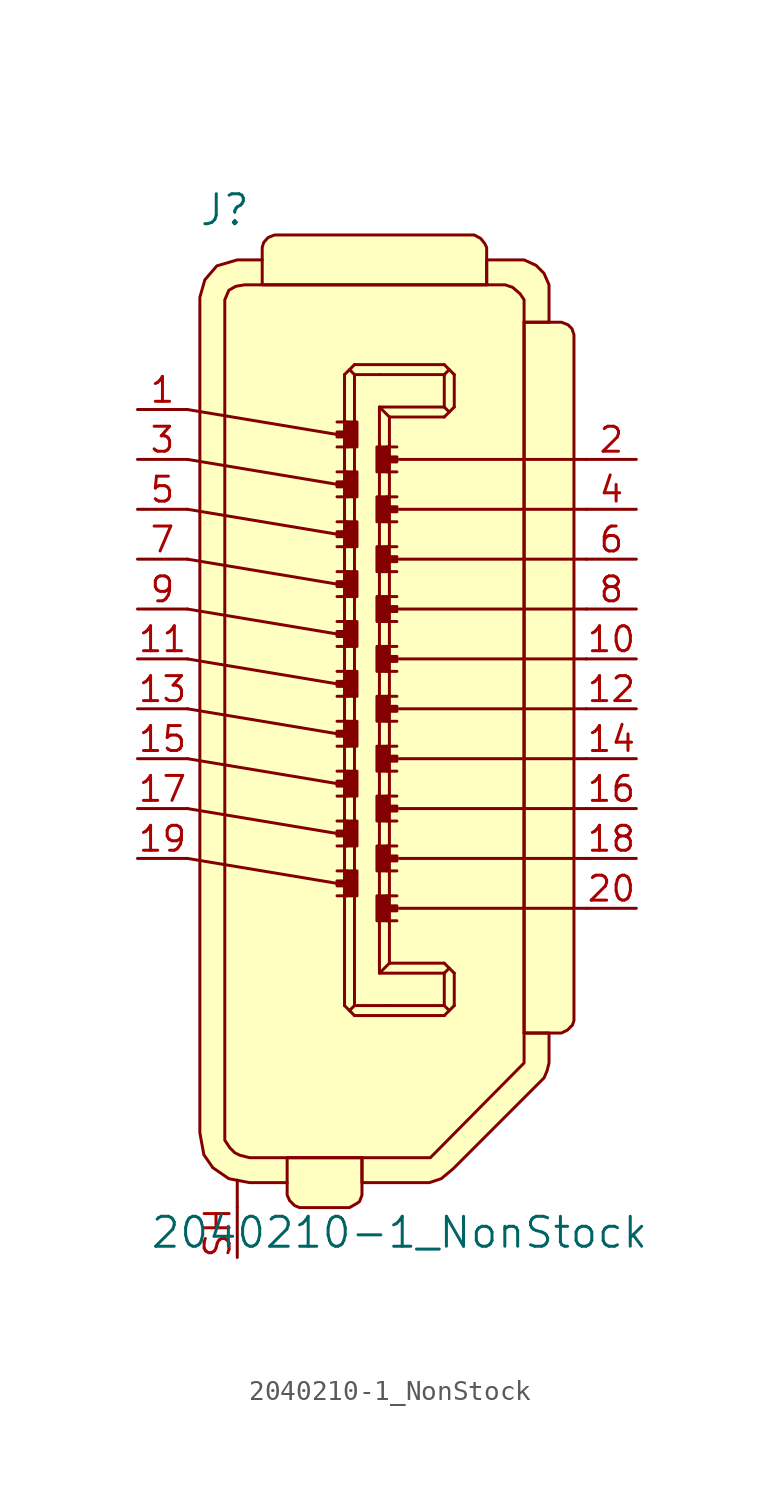
<source format=kicad_sym>
(kicad_symbol_lib
  (version 20231120)
  (generator "kicad_symbol_editor")
  (generator_version "8.0")
  (symbol "2040210-1_NonStock"
    (pin_names
      (offset 1.016))
    (property "Reference" "J"
      (at -8.255 20.32 0)
      (effects (font (size 1.524 1.524))))
    (property "Value" "2040210-1_NonStock"
      (at 0.635 -31.75 0)
      (effects (font (size 1.524 1.524))))
    (symbol "2040210-1_NonStock_0_1"
      (polyline (pts (xy -10.16 -12.7) (xy -2.54 -13.97)) (stroke (width 0) (type solid)) (fill (type none)))
      (polyline (pts (xy -10.16 -10.16) (xy -2.54 -11.43)) (stroke (width 0) (type solid)) (fill (type none)))
      (polyline (pts (xy -10.16 -7.62) (xy -2.54 -8.89)) (stroke (width 0) (type solid)) (fill (type none)))
      (polyline (pts (xy -10.16 -5.08) (xy -2.54 -6.35)) (stroke (width 0) (type solid)) (fill (type none)))
      (polyline (pts (xy -10.16 -2.54) (xy -2.54 -3.81)) (stroke (width 0) (type solid)) (fill (type none)))
      (polyline (pts (xy -10.16 0) (xy -2.54 -1.27)) (stroke (width 0) (type solid)) (fill (type none)))
      (polyline (pts (xy -10.16 2.54) (xy -2.54 1.27)) (stroke (width 0) (type solid)) (fill (type none)))
      (polyline (pts (xy -10.16 5.08) (xy -2.54 3.81)) (stroke (width 0) (type solid)) (fill (type none)))
      (polyline (pts (xy -10.16 7.62) (xy -2.54 6.35)) (stroke (width 0) (type solid)) (fill (type none)))
      (polyline (pts (xy -10.16 10.16) (xy -2.54 8.89)) (stroke (width 0) (type solid)) (fill (type none)))
      (polyline (pts (xy -7.62 -30.48) (xy -7.62 -29.083)) (stroke (width 0) (type solid)) (fill (type none)))
      (polyline (pts (xy -2.159 -20.193) (xy -1.651 -20.701)) (stroke (width 0) (type solid)) (fill (type none)))
      (polyline (pts (xy -2.159 -17.907) (xy -2.159 -20.193)) (stroke (width 0) (type solid)) (fill (type none)))
      (polyline (pts (xy -2.159 9.652) (xy -2.159 -17.907)) (stroke (width 0) (type solid)) (fill (type none)))
      (polyline (pts (xy -2.159 9.652) (xy -2.159 11.938)) (stroke (width 0) (type solid)) (fill (type none)))
      (polyline (pts (xy -2.159 11.938) (xy -1.651 12.446)) (stroke (width 0) (type solid)) (fill (type none)))
      (polyline (pts (xy -2.032 -14.605) (xy -2.54 -14.605)) (stroke (width 0) (type solid)) (fill (type none)))
      (polyline (pts (xy -2.032 -13.335) (xy -2.54 -13.335)) (stroke (width 0) (type solid)) (fill (type none)))
      (polyline (pts (xy -2.032 -12.065) (xy -2.54 -12.065)) (stroke (width 0) (type solid)) (fill (type none)))
      (polyline (pts (xy -2.032 -10.795) (xy -2.54 -10.795)) (stroke (width 0) (type solid)) (fill (type none)))
      (polyline (pts (xy -2.032 -9.525) (xy -2.54 -9.525)) (stroke (width 0) (type solid)) (fill (type none)))
      (polyline (pts (xy -2.032 -8.255) (xy -2.54 -8.255)) (stroke (width 0) (type solid)) (fill (type none)))
      (polyline (pts (xy -2.032 -6.985) (xy -2.54 -6.985)) (stroke (width 0) (type solid)) (fill (type none)))
      (polyline (pts (xy -2.032 -5.715) (xy -2.54 -5.715)) (stroke (width 0) (type solid)) (fill (type none)))
      (polyline (pts (xy -2.032 -4.445) (xy -2.54 -4.445)) (stroke (width 0) (type solid)) (fill (type none)))
      (polyline (pts (xy -2.032 -3.175) (xy -2.54 -3.175)) (stroke (width 0) (type solid)) (fill (type none)))
      (polyline (pts (xy -2.032 -1.905) (xy -2.54 -1.905)) (stroke (width 0) (type solid)) (fill (type none)))
      (polyline (pts (xy -2.032 -0.635) (xy -2.54 -0.635)) (stroke (width 0) (type solid)) (fill (type none)))
      (polyline (pts (xy -2.032 0.635) (xy -2.54 0.635)) (stroke (width 0) (type solid)) (fill (type none)))
      (polyline (pts (xy -2.032 1.905) (xy -2.54 1.905)) (stroke (width 0) (type solid)) (fill (type none)))
      (polyline (pts (xy -2.032 3.175) (xy -2.54 3.175)) (stroke (width 0) (type solid)) (fill (type none)))
      (polyline (pts (xy -2.032 4.445) (xy -2.54 4.445)) (stroke (width 0) (type solid)) (fill (type none)))
      (polyline (pts (xy -2.032 5.715) (xy -2.54 5.715)) (stroke (width 0) (type solid)) (fill (type none)))
      (polyline (pts (xy -2.032 6.985) (xy -2.54 6.985)) (stroke (width 0) (type solid)) (fill (type none)))
      (polyline (pts (xy -2.032 8.255) (xy -2.54 8.255)) (stroke (width 0) (type solid)) (fill (type none)))
      (polyline (pts (xy -2.032 9.525) (xy -2.54 9.525)) (stroke (width 0) (type solid)) (fill (type none)))
      (polyline (pts (xy -1.651 -20.193) (xy -1.905 -20.447)) (stroke (width 0) (type solid)) (fill (type none)))
      (polyline (pts (xy -1.651 -17.907) (xy -1.651 -19.558)) (stroke (width 0) (type solid)) (fill (type none)))
      (polyline (pts (xy -1.651 9.652) (xy -1.651 -17.907)) (stroke (width 0) (type solid)) (fill (type none)))
      (polyline (pts (xy -1.651 9.652) (xy -1.651 11.303)) (stroke (width 0) (type solid)) (fill (type none)))
      (polyline (pts (xy -1.651 11.938) (xy -1.905 12.192)) (stroke (width 0) (type solid)) (fill (type none)))
      (polyline (pts (xy -0.381 -18.542) (xy 2.921 -18.542)) (stroke (width 0) (type solid)) (fill (type none)))
      (polyline (pts (xy -0.381 8.382) (xy -0.381 -16.637)) (stroke (width 0) (type solid)) (fill (type none)))
      (polyline (pts (xy -0.381 10.287) (xy 2.921 10.287)) (stroke (width 0) (type solid)) (fill (type none)))
      (polyline (pts (xy -0.381 11.938) (xy 2.921 11.938)) (stroke (width 0) (type solid)) (fill (type none)))
      (polyline (pts (xy 0 -15.875) (xy 0.508 -15.875)) (stroke (width 0) (type solid)) (fill (type none)))
      (polyline (pts (xy 0 -14.605) (xy 0.508 -14.605)) (stroke (width 0) (type solid)) (fill (type none)))
      (polyline (pts (xy 0 -13.335) (xy 0.508 -13.335)) (stroke (width 0) (type solid)) (fill (type none)))
      (polyline (pts (xy 0 -12.065) (xy 0.508 -12.065)) (stroke (width 0) (type solid)) (fill (type none)))
      (polyline (pts (xy 0 -10.795) (xy 0.508 -10.795)) (stroke (width 0) (type solid)) (fill (type none)))
      (polyline (pts (xy 0 -9.525) (xy 0.508 -9.525)) (stroke (width 0) (type solid)) (fill (type none)))
      (polyline (pts (xy 0 -8.255) (xy 0.508 -8.255)) (stroke (width 0) (type solid)) (fill (type none)))
      (polyline (pts (xy 0 -6.985) (xy 0.508 -6.985)) (stroke (width 0) (type solid)) (fill (type none)))
      (polyline (pts (xy 0 -5.715) (xy 0.508 -5.715)) (stroke (width 0) (type solid)) (fill (type none)))
      (polyline (pts (xy 0 -4.445) (xy 0.508 -4.445)) (stroke (width 0) (type solid)) (fill (type none)))
      (polyline (pts (xy 0 -3.175) (xy 0.508 -3.175)) (stroke (width 0) (type solid)) (fill (type none)))
      (polyline (pts (xy 0 -1.905) (xy 0.508 -1.905)) (stroke (width 0) (type solid)) (fill (type none)))
      (polyline (pts (xy 0 -0.635) (xy 0.508 -0.635)) (stroke (width 0) (type solid)) (fill (type none)))
      (polyline (pts (xy 0 0.635) (xy 0.508 0.635)) (stroke (width 0) (type solid)) (fill (type none)))
      (polyline (pts (xy 0 1.905) (xy 0.508 1.905)) (stroke (width 0) (type solid)) (fill (type none)))
      (polyline (pts (xy 0 3.175) (xy 0.508 3.175)) (stroke (width 0) (type solid)) (fill (type none)))
      (polyline (pts (xy 0 4.445) (xy 0.508 4.445)) (stroke (width 0) (type solid)) (fill (type none)))
      (polyline (pts (xy 0 5.715) (xy 0.508 5.715)) (stroke (width 0) (type solid)) (fill (type none)))
      (polyline (pts (xy 0 6.985) (xy 0.508 6.985)) (stroke (width 0) (type solid)) (fill (type none)))
      (polyline (pts (xy 0 8.255) (xy 0.508 8.255)) (stroke (width 0) (type solid)) (fill (type none)))
      (polyline (pts (xy 0.127 -20.193) (xy 2.921 -20.193)) (stroke (width 0) (type solid)) (fill (type none)))
      (polyline (pts (xy 0.127 -18.034) (xy 2.921 -18.034)) (stroke (width 0) (type solid)) (fill (type none)))
      (polyline (pts (xy 0.127 -16.637) (xy 0.127 -18.034)) (stroke (width 0) (type solid)) (fill (type none)))
      (polyline (pts (xy 0.127 8.382) (xy 0.127 -16.637)) (stroke (width 0) (type solid)) (fill (type none)))
      (polyline (pts (xy 0.127 8.382) (xy 0.127 9.779)) (stroke (width 0) (type solid)) (fill (type none)))
      (polyline (pts (xy 0.127 9.779) (xy 2.921 9.779)) (stroke (width 0) (type solid)) (fill (type none)))
      (polyline (pts (xy 2.921 -20.701) (xy -1.651 -20.701)) (stroke (width 0) (type solid)) (fill (type none)))
      (polyline (pts (xy 2.921 -20.701) (xy 3.429 -20.193)) (stroke (width 0) (type solid)) (fill (type none)))
      (polyline (pts (xy 2.921 -20.193) (xy 3.175 -20.447)) (stroke (width 0) (type solid)) (fill (type none)))
      (polyline (pts (xy 2.921 -18.542) (xy 2.921 -20.193)) (stroke (width 0) (type solid)) (fill (type none)))
      (polyline (pts (xy 2.921 -18.542) (xy 3.175 -18.288)) (stroke (width 0) (type solid)) (fill (type none)))
      (polyline (pts (xy 2.921 -18.034) (xy 3.429 -18.542)) (stroke (width 0) (type solid)) (fill (type none)))
      (polyline (pts (xy 2.921 9.779) (xy 3.429 10.287)) (stroke (width 0) (type solid)) (fill (type none)))
      (polyline (pts (xy 2.921 10.287) (xy 2.921 11.938)) (stroke (width 0) (type solid)) (fill (type none)))
      (polyline (pts (xy 2.921 10.287) (xy 3.175 10.033)) (stroke (width 0) (type solid)) (fill (type none)))
      (polyline (pts (xy 2.921 11.938) (xy 3.175 12.192)) (stroke (width 0) (type solid)) (fill (type none)))
      (polyline (pts (xy 2.921 12.446) (xy -1.651 12.446)) (stroke (width 0) (type solid)) (fill (type none)))
      (polyline (pts (xy 2.921 12.446) (xy 3.429 11.938)) (stroke (width 0) (type solid)) (fill (type none)))
      (polyline (pts (xy 3.429 -20.193) (xy 3.429 -18.542)) (stroke (width 0) (type solid)) (fill (type none)))
      (polyline (pts (xy 3.429 11.938) (xy 3.429 10.287)) (stroke (width 0) (type solid)) (fill (type none)))
      (polyline (pts (xy 10.16 -15.24) (xy 0.635 -15.24)) (stroke (width 0) (type solid)) (fill (type none)))
      (polyline (pts (xy 10.16 -12.7) (xy 0.635 -12.7)) (stroke (width 0) (type solid)) (fill (type none)))
      (polyline (pts (xy 10.16 -10.16) (xy 0.635 -10.16)) (stroke (width 0) (type solid)) (fill (type none)))
      (polyline (pts (xy 10.16 -7.62) (xy 0.635 -7.62)) (stroke (width 0) (type solid)) (fill (type none)))
      (polyline (pts (xy 10.16 -5.08) (xy 0.635 -5.08)) (stroke (width 0) (type solid)) (fill (type none)))
      (polyline (pts (xy 10.16 -2.54) (xy 0.635 -2.54)) (stroke (width 0) (type solid)) (fill (type none)))
      (polyline (pts (xy 10.16 0) (xy 0.635 0)) (stroke (width 0) (type solid)) (fill (type none)))
      (polyline (pts (xy 10.16 2.54) (xy 0.635 2.54)) (stroke (width 0) (type solid)) (fill (type none)))
      (polyline (pts (xy 10.16 5.08) (xy 0.635 5.08)) (stroke (width 0) (type solid)) (fill (type none)))
      (polyline (pts (xy 10.16 7.62) (xy 0.635 7.62)) (stroke (width 0) (type solid)) (fill (type none)))
      (polyline (pts (xy -1.651 -19.558) (xy -1.651 -20.193) (xy 0.127 -20.193)) (stroke (width 0) (type solid)) (fill (type none)))
      (polyline (pts (xy -1.651 11.303) (xy -1.651 11.938) (xy -0.381 11.938)) (stroke (width 0) (type solid)) (fill (type none)))
      (polyline (pts (xy -0.381 -16.637) (xy -0.381 -18.542) (xy 0.127 -18.034)) (stroke (width 0) (type solid)) (fill (type none)))
      (polyline (pts (xy -0.381 8.382) (xy -0.381 10.287) (xy 0.127 9.779)) (stroke (width 0) (type solid)) (fill (type none)))
      (polyline (pts (xy -2.032 -14.605) (xy -2.032 -13.335) (xy -1.524 -13.335) (xy -1.524 -14.605) (xy -2.032 -14.605)) (stroke (width 0) (type solid)) (fill (type outline)))
      (polyline (pts (xy -2.032 -14.097) (xy -2.54 -14.097) (xy -2.54 -13.843) (xy -2.032 -13.843) (xy -2.032 -14.097)) (stroke (width 0) (type solid)) (fill (type outline)))
      (polyline (pts (xy -2.032 -12.065) (xy -2.032 -10.795) (xy -1.524 -10.795) (xy -1.524 -12.065) (xy -2.032 -12.065)) (stroke (width 0) (type solid)) (fill (type outline)))
      (polyline (pts (xy -2.032 -11.557) (xy -2.54 -11.557) (xy -2.54 -11.303) (xy -2.032 -11.303) (xy -2.032 -11.557)) (stroke (width 0) (type solid)) (fill (type outline)))
      (polyline (pts (xy -2.032 -9.525) (xy -2.032 -8.255) (xy -1.524 -8.255) (xy -1.524 -9.525) (xy -2.032 -9.525)) (stroke (width 0) (type solid)) (fill (type outline)))
      (polyline (pts (xy -2.032 -9.017) (xy -2.54 -9.017) (xy -2.54 -8.763) (xy -2.032 -8.763) (xy -2.032 -9.017)) (stroke (width 0) (type solid)) (fill (type outline)))
      (polyline (pts (xy -2.032 -6.985) (xy -2.032 -5.715) (xy -1.524 -5.715) (xy -1.524 -6.985) (xy -2.032 -6.985)) (stroke (width 0) (type solid)) (fill (type outline)))
      (polyline (pts (xy -2.032 -6.477) (xy -2.54 -6.477) (xy -2.54 -6.223) (xy -2.032 -6.223) (xy -2.032 -6.477)) (stroke (width 0) (type solid)) (fill (type outline)))
      (polyline (pts (xy -2.032 -4.445) (xy -2.032 -3.175) (xy -1.524 -3.175) (xy -1.524 -4.445) (xy -2.032 -4.445)) (stroke (width 0) (type solid)) (fill (type outline)))
      (polyline (pts (xy -2.032 -3.937) (xy -2.54 -3.937) (xy -2.54 -3.683) (xy -2.032 -3.683) (xy -2.032 -3.937)) (stroke (width 0) (type solid)) (fill (type outline)))
      (polyline (pts (xy -2.032 -1.905) (xy -2.032 -0.635) (xy -1.524 -0.635) (xy -1.524 -1.905) (xy -2.032 -1.905)) (stroke (width 0) (type solid)) (fill (type outline)))
      (polyline (pts (xy -2.032 -1.397) (xy -2.54 -1.397) (xy -2.54 -1.143) (xy -2.032 -1.143) (xy -2.032 -1.397)) (stroke (width 0) (type solid)) (fill (type outline)))
      (polyline (pts (xy -2.032 0.635) (xy -2.032 1.905) (xy -1.524 1.905) (xy -1.524 0.635) (xy -2.032 0.635)) (stroke (width 0) (type solid)) (fill (type outline)))
      (polyline (pts (xy -2.032 1.143) (xy -2.54 1.143) (xy -2.54 1.397) (xy -2.032 1.397) (xy -2.032 1.143)) (stroke (width 0) (type solid)) (fill (type outline)))
      (polyline (pts (xy -2.032 3.175) (xy -2.032 4.445) (xy -1.524 4.445) (xy -1.524 3.175) (xy -2.032 3.175)) (stroke (width 0) (type solid)) (fill (type outline)))
      (polyline (pts (xy -2.032 3.683) (xy -2.54 3.683) (xy -2.54 3.937) (xy -2.032 3.937) (xy -2.032 3.683)) (stroke (width 0) (type solid)) (fill (type outline)))
      (polyline (pts (xy -2.032 5.715) (xy -2.032 6.985) (xy -1.524 6.985) (xy -1.524 5.715) (xy -2.032 5.715)) (stroke (width 0) (type solid)) (fill (type outline)))
      (polyline (pts (xy -2.032 6.223) (xy -2.54 6.223) (xy -2.54 6.477) (xy -2.032 6.477) (xy -2.032 6.223)) (stroke (width 0) (type solid)) (fill (type outline)))
      (polyline (pts (xy -2.032 8.255) (xy -2.032 9.525) (xy -1.524 9.525) (xy -1.524 8.255) (xy -2.032 8.255)) (stroke (width 0) (type solid)) (fill (type outline)))
      (polyline (pts (xy -2.032 8.763) (xy -2.54 8.763) (xy -2.54 9.017) (xy -2.032 9.017) (xy -2.032 8.763)) (stroke (width 0) (type solid)) (fill (type outline)))
      (polyline (pts (xy 0 -15.113) (xy 0.508 -15.113) (xy 0.508 -15.367) (xy 0 -15.367) (xy 0 -15.113)) (stroke (width 0) (type solid)) (fill (type outline)))
      (polyline (pts (xy 0 -14.605) (xy 0 -15.875) (xy -0.508 -15.875) (xy -0.508 -14.605) (xy 0 -14.605)) (stroke (width 0) (type solid)) (fill (type outline)))
      (polyline (pts (xy 0 -12.573) (xy 0.508 -12.573) (xy 0.508 -12.827) (xy 0 -12.827) (xy 0 -12.573)) (stroke (width 0) (type solid)) (fill (type outline)))
      (polyline (pts (xy 0 -12.065) (xy 0 -13.335) (xy -0.508 -13.335) (xy -0.508 -12.065) (xy 0 -12.065)) (stroke (width 0) (type solid)) (fill (type outline)))
      (polyline (pts (xy 0 -10.033) (xy 0.508 -10.033) (xy 0.508 -10.287) (xy 0 -10.287) (xy 0 -10.033)) (stroke (width 0) (type solid)) (fill (type outline)))
      (polyline (pts (xy 0 -9.525) (xy 0 -10.795) (xy -0.508 -10.795) (xy -0.508 -9.525) (xy 0 -9.525)) (stroke (width 0) (type solid)) (fill (type outline)))
      (polyline (pts (xy 0 -7.493) (xy 0.508 -7.493) (xy 0.508 -7.747) (xy 0 -7.747) (xy 0 -7.493)) (stroke (width 0) (type solid)) (fill (type outline)))
      (polyline (pts (xy 0 -6.985) (xy 0 -8.255) (xy -0.508 -8.255) (xy -0.508 -6.985) (xy 0 -6.985)) (stroke (width 0) (type solid)) (fill (type outline)))
      (polyline (pts (xy 0 -4.953) (xy 0.508 -4.953) (xy 0.508 -5.207) (xy 0 -5.207) (xy 0 -4.953)) (stroke (width 0) (type solid)) (fill (type outline)))
      (polyline (pts (xy 0 -4.445) (xy 0 -5.715) (xy -0.508 -5.715) (xy -0.508 -4.445) (xy 0 -4.445)) (stroke (width 0) (type solid)) (fill (type outline)))
      (polyline (pts (xy 0 -2.413) (xy 0.508 -2.413) (xy 0.508 -2.667) (xy 0 -2.667) (xy 0 -2.413)) (stroke (width 0) (type solid)) (fill (type outline)))
      (polyline (pts (xy 0 -1.905) (xy 0 -3.175) (xy -0.508 -3.175) (xy -0.508 -1.905) (xy 0 -1.905)) (stroke (width 0) (type solid)) (fill (type outline)))
      (polyline (pts (xy 0 0.127) (xy 0.508 0.127) (xy 0.508 -0.127) (xy 0 -0.127) (xy 0 0.127)) (stroke (width 0) (type solid)) (fill (type outline)))
      (polyline (pts (xy 0 0.635) (xy 0 -0.635) (xy -0.508 -0.635) (xy -0.508 0.635) (xy 0 0.635)) (stroke (width 0) (type solid)) (fill (type outline)))
      (polyline (pts (xy 0 2.667) (xy 0.508 2.667) (xy 0.508 2.413) (xy 0 2.413) (xy 0 2.667)) (stroke (width 0) (type solid)) (fill (type outline)))
      (polyline (pts (xy 0 3.175) (xy 0 1.905) (xy -0.508 1.905) (xy -0.508 3.175) (xy 0 3.175)) (stroke (width 0) (type solid)) (fill (type outline)))
      (polyline (pts (xy 0 5.207) (xy 0.508 5.207) (xy 0.508 4.953) (xy 0 4.953) (xy 0 5.207)) (stroke (width 0) (type solid)) (fill (type outline)))
      (polyline (pts (xy 0 5.715) (xy 0 4.445) (xy -0.508 4.445) (xy -0.508 5.715) (xy 0 5.715)) (stroke (width 0) (type solid)) (fill (type outline)))
      (polyline (pts (xy 0 7.747) (xy 0.508 7.747) (xy 0.508 7.493) (xy 0 7.493) (xy 0 7.747)) (stroke (width 0) (type solid)) (fill (type outline)))
      (polyline (pts (xy 0 8.255) (xy 0 6.985) (xy -0.508 6.985) (xy -0.508 8.255) (xy 0 8.255)) (stroke (width 0) (type solid)) (fill (type outline)))
      (polyline (pts (xy 6.985 14.605) (xy 8.255 14.605) (xy 8.255 16.51) (xy 8.001 17.094) (xy 7.595 17.501) (xy 6.985 17.78) (xy 5.08 17.78) (xy 5.08 16.51)) (stroke (width 0) (type solid)) (fill (type background)))
      (polyline (pts (xy -1.27 -27.94) (xy -1.27 -29.21) (xy 2.159 -29.21) (xy 2.769 -29.007) (xy 3.378 -28.499) (xy 8.001 -23.876) (xy 8.153 -23.52) (xy 8.255 -23.114) (xy 8.255 -21.59) (xy 6.985 -21.59)) (stroke (width 0) (type solid)) (fill (type background)))
      (polyline (pts (xy -6.35 16.51) (xy -6.35 18.415) (xy -6.274 18.669) (xy -6.045 18.923) (xy -5.715 19.05) (xy 4.445 19.05) (xy 4.775 18.872) (xy 4.978 18.618) (xy 5.08 18.415) (xy 5.08 16.51) (xy -6.35 16.51)) (stroke (width 0) (type solid)) (fill (type background)))
      (polyline (pts (xy -6.35 17.78) (xy -7.62 17.78) (xy -8.661 17.475) (xy -9.271 16.764) (xy -9.525 15.875) (xy -9.525 -26.67) (xy -9.322 -27.788) (xy -8.865 -28.448) (xy -8.052 -29.007) (xy -6.985 -29.21) (xy -5.08 -29.21)) (stroke (width 0) (type solid)) (fill (type background)))
      (polyline (pts (xy -1.27 -27.94) (xy -1.27 -29.845) (xy -1.397 -30.175) (xy -1.549 -30.277) (xy -1.905 -30.48) (xy -4.445 -30.48) (xy -4.699 -30.378) (xy -4.953 -30.124) (xy -5.08 -29.845) (xy -5.08 -27.94) (xy -1.27 -27.94)) (stroke (width 0) (type solid)) (fill (type background)))
      (polyline (pts (xy 6.985 14.605) (xy 8.89 14.605) (xy 9.22 14.478) (xy 9.423 14.275) (xy 9.525 13.97) (xy 9.525 -20.955) (xy 9.449 -21.184) (xy 9.195 -21.438) (xy 8.89 -21.59) (xy 6.985 -21.59) (xy 6.985 14.605)) (stroke (width 0) (type solid)) (fill (type background)))
      (polyline (pts (xy -7.239 16.51) (xy 6.02 16.51) (xy 6.401 16.383) (xy 6.782 16.053) (xy 6.985 15.748) (xy 6.985 -23.114) (xy 2.21 -27.94) (xy -6.985 -27.94) (xy -7.493 -27.813) (xy -7.747 -27.686) (xy -8.001 -27.432) (xy -8.255 -27.051) (xy -8.255 15.748) (xy -8.052 16.231) (xy -7.696 16.434) (xy -7.239 16.51)) (stroke (width 0) (type solid)) (fill (type background))))
    (symbol "2040210-1_NonStock_1_1"
      (pin passive line (at -12.7 10.16 0) (length 2.54) (name "~" (effects (font (size 1.27 1.27)))) (number "1" (effects (font (size 1.27 1.27)))))
      (pin passive line (at 12.7 -2.54 180) (length 2.54) (name "~" (effects (font (size 1.27 1.27)))) (number "10" (effects (font (size 1.27 1.27)))))
      (pin passive line (at -12.7 -2.54 0) (length 2.54) (name "~" (effects (font (size 1.27 1.27)))) (number "11" (effects (font (size 1.27 1.27)))))
      (pin passive line (at 12.7 -5.08 180) (length 2.54) (name "~" (effects (font (size 1.27 1.27)))) (number "12" (effects (font (size 1.27 1.27)))))
      (pin passive line (at -12.7 -5.08 0) (length 2.54) (name "~" (effects (font (size 1.27 1.27)))) (number "13" (effects (font (size 1.27 1.27)))))
      (pin passive line (at 12.7 -7.62 180) (length 2.54) (name "~" (effects (font (size 1.27 1.27)))) (number "14" (effects (font (size 1.27 1.27)))))
      (pin passive line (at -12.7 -7.62 0) (length 2.54) (name "~" (effects (font (size 1.27 1.27)))) (number "15" (effects (font (size 1.27 1.27)))))
      (pin passive line (at 12.7 -10.16 180) (length 2.54) (name "~" (effects (font (size 1.27 1.27)))) (number "16" (effects (font (size 1.27 1.27)))))
      (pin passive line (at -12.7 -10.16 0) (length 2.54) (name "~" (effects (font (size 1.27 1.27)))) (number "17" (effects (font (size 1.27 1.27)))))
      (pin passive line (at 12.7 -12.7 180) (length 2.54) (name "~" (effects (font (size 1.27 1.27)))) (number "18" (effects (font (size 1.27 1.27)))))
      (pin passive line (at -12.7 -12.7 0) (length 2.54) (name "~" (effects (font (size 1.27 1.27)))) (number "19" (effects (font (size 1.27 1.27)))))
      (pin passive line (at 12.7 7.62 180) (length 2.54) (name "~" (effects (font (size 1.27 1.27)))) (number "2" (effects (font (size 1.27 1.27)))))
      (pin passive line (at 12.7 -15.24 180) (length 2.54) (name "~" (effects (font (size 1.27 1.27)))) (number "20" (effects (font (size 1.27 1.27)))))
      (pin passive line (at -12.7 7.62 0) (length 2.54) (name "~" (effects (font (size 1.27 1.27)))) (number "3" (effects (font (size 1.27 1.27)))))
      (pin passive line (at 12.7 5.08 180) (length 2.54) (name "~" (effects (font (size 1.27 1.27)))) (number "4" (effects (font (size 1.27 1.27)))))
      (pin passive line (at -12.7 5.08 0) (length 2.54) (name "~" (effects (font (size 1.27 1.27)))) (number "5" (effects (font (size 1.27 1.27)))))
      (pin passive line (at 12.7 2.54 180) (length 2.54) (name "~" (effects (font (size 1.27 1.27)))) (number "6" (effects (font (size 1.27 1.27)))))
      (pin passive line (at -12.7 2.54 0) (length 2.54) (name "~" (effects (font (size 1.27 1.27)))) (number "7" (effects (font (size 1.27 1.27)))))
      (pin passive line (at 12.7 0 180) (length 2.54) (name "~" (effects (font (size 1.27 1.27)))) (number "8" (effects (font (size 1.27 1.27)))))
      (pin passive line (at -12.7 0 0) (length 2.54) (name "~" (effects (font (size 1.27 1.27)))) (number "9" (effects (font (size 1.27 1.27)))))
      (pin unspecified line (at -7.62 -33.02 90) (length 2.54) (name "~" (effects (font (size 1.27 1.27)))) (number "SH" (effects (font (size 1.27 1.27))))))))
</source>
